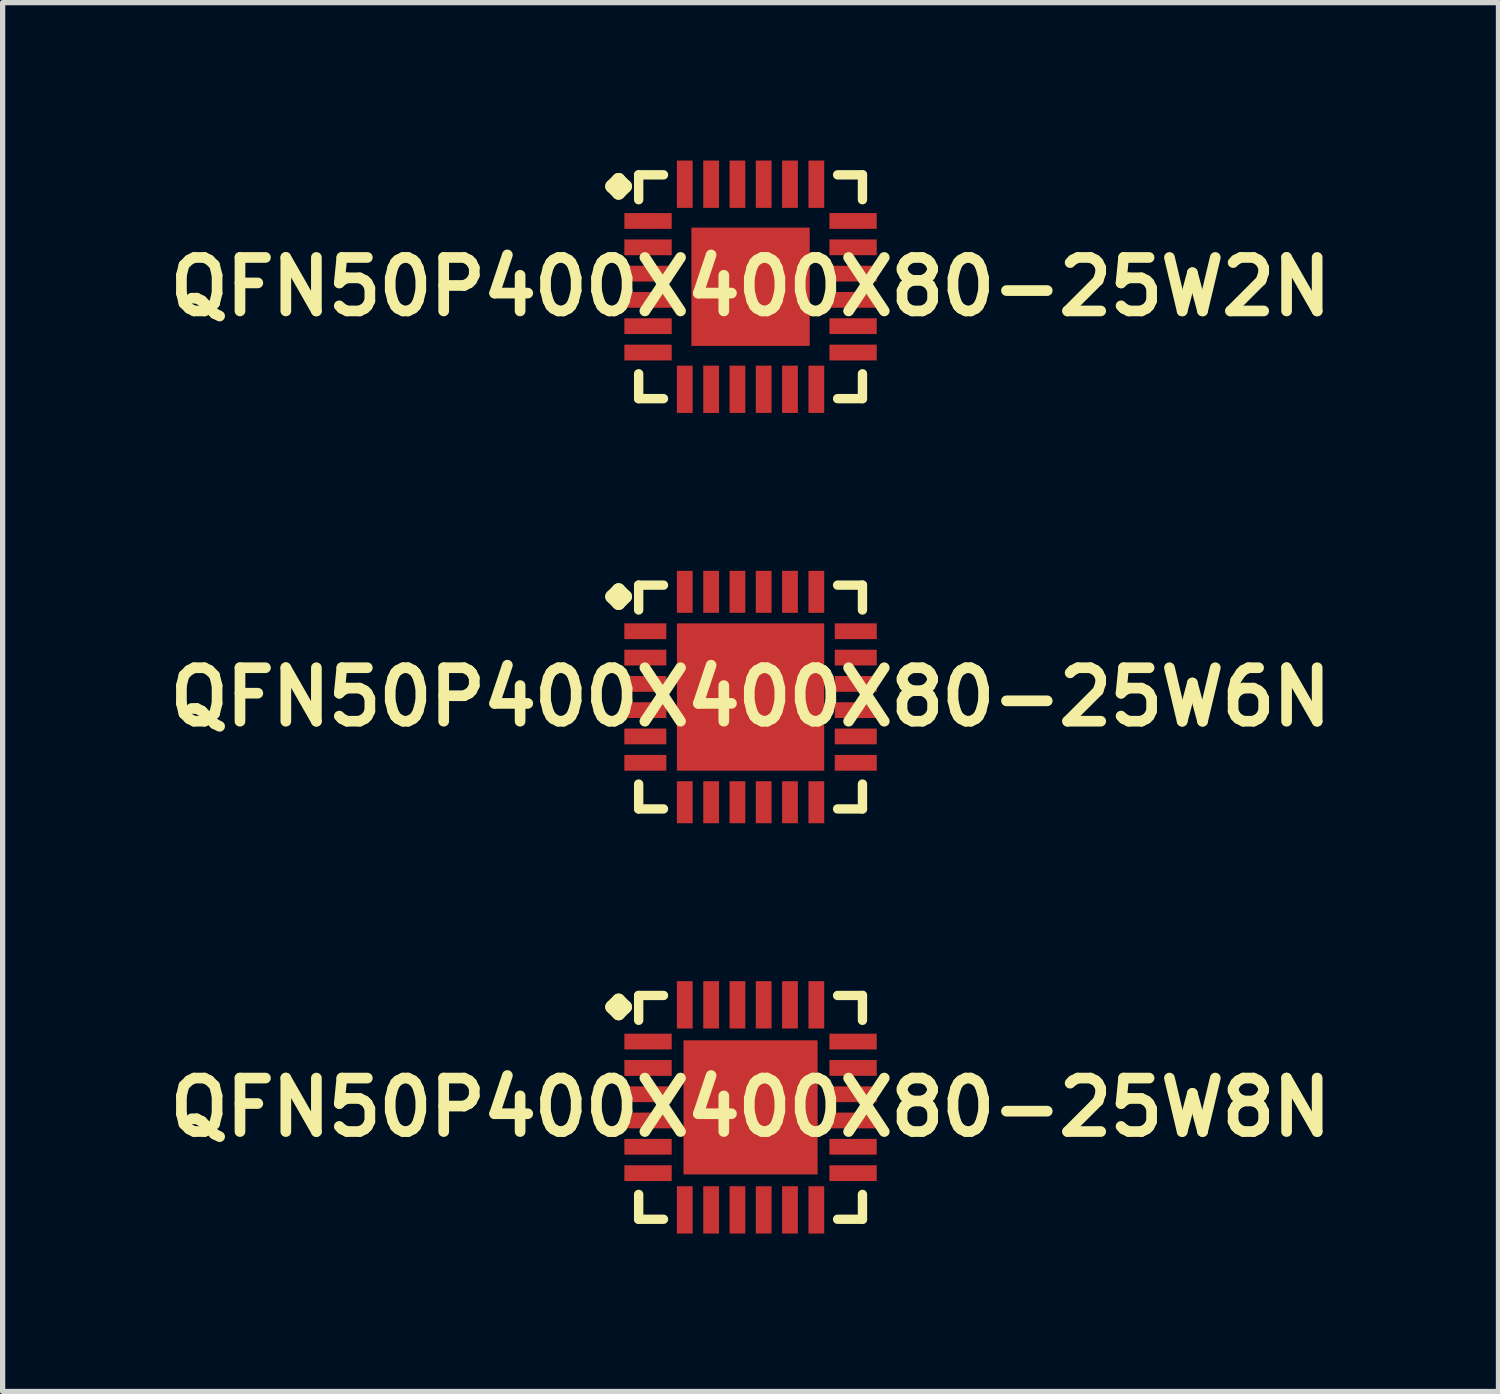
<source format=kicad_pcb>
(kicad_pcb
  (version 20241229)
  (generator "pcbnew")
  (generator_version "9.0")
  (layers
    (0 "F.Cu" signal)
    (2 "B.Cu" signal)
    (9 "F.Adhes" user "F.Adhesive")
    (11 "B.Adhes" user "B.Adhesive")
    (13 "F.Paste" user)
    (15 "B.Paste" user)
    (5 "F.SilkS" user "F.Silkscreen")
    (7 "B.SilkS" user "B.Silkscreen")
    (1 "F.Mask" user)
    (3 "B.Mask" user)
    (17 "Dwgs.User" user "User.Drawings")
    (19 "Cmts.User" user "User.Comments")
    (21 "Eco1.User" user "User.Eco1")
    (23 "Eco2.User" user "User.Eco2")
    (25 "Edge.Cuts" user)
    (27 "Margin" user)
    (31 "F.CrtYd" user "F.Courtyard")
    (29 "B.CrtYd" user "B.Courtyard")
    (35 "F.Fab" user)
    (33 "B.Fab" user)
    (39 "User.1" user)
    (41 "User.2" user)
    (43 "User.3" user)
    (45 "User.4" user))
  (footprint "QFN50P400X400X80-25W2N"
    (layer "F.Cu")
    (at 11.21 2.398)
    (property "Reference" "QFN50P400X400X80-25W2N" (at 0 0 0) (layer "F.SilkS") (effects (font (size 1.016 1.016) (thickness 0.203))))
    (attr smd)
    (fp_line (start -2.634 -1.908) (end -2.507 -2.035) (stroke (width 0.254) (type solid)) (layer "F.SilkS"))
    (fp_line (start -2.507 -2.035) (end -2.38 -1.908) (stroke (width 0.254) (type solid)) (layer "F.SilkS"))
    (fp_line (start -2.507 -1.781) (end -2.634 -1.908) (stroke (width 0.254) (type solid)) (layer "F.SilkS"))
    (fp_line (start -2.38 -1.908) (end -2.507 -1.781) (stroke (width 0.254) (type solid)) (layer "F.SilkS"))
    (fp_line (start -2.126 -2.126) (end -1.654 -2.126) (stroke (width 0.178) (type solid)) (layer "F.SilkS"))
    (fp_line (start -2.126 -1.654) (end -2.126 -2.126) (stroke (width 0.178) (type solid)) (layer "F.SilkS"))
    (fp_line (start -2.126 1.654) (end -2.126 2.126) (stroke (width 0.178) (type solid)) (layer "F.SilkS"))
    (fp_line (start -2.126 2.126) (end -1.654 2.126) (stroke (width 0.178) (type solid)) (layer "F.SilkS"))
    (fp_line (start 1.654 -2.126) (end 2.126 -2.126) (stroke (width 0.178) (type solid)) (layer "F.SilkS"))
    (fp_line (start 1.654 2.126) (end 2.126 2.126) (stroke (width 0.178) (type solid)) (layer "F.SilkS"))
    (fp_line (start 2.126 -2.126) (end 2.126 -1.654) (stroke (width 0.178) (type solid)) (layer "F.SilkS"))
    (fp_line (start 2.126 2.126) (end 2.126 1.654) (stroke (width 0.178) (type solid)) (layer "F.SilkS"))
    (pad "1" smd rect (at -1.948 -1.25) (size 0.899 0.3) (layers "F.Cu" "F.Mask" "F.Paste"))
    (pad "2" smd rect (at -1.948 -0.749) (size 0.899 0.3) (layers "F.Cu" "F.Mask" "F.Paste"))
    (pad "3" smd rect (at -1.948 -0.249) (size 0.899 0.3) (layers "F.Cu" "F.Mask" "F.Paste"))
    (pad "4" smd rect (at -1.948 0.249) (size 0.899 0.3) (layers "F.Cu" "F.Mask" "F.Paste"))
    (pad "5" smd rect (at -1.948 0.749) (size 0.899 0.3) (layers "F.Cu" "F.Mask" "F.Paste"))
    (pad "6" smd rect (at -1.948 1.25) (size 0.899 0.3) (layers "F.Cu" "F.Mask" "F.Paste"))
    (pad "7" smd rect (at -1.25 1.948) (size 0.3 0.899) (layers "F.Cu" "F.Mask" "F.Paste"))
    (pad "8" smd rect (at -0.749 1.948) (size 0.3 0.899) (layers "F.Cu" "F.Mask" "F.Paste"))
    (pad "9" smd rect (at -0.249 1.948) (size 0.3 0.899) (layers "F.Cu" "F.Mask" "F.Paste"))
    (pad "10" smd rect (at 0.249 1.948) (size 0.3 0.899) (layers "F.Cu" "F.Mask" "F.Paste"))
    (pad "11" smd rect (at 0.749 1.948) (size 0.3 0.899) (layers "F.Cu" "F.Mask" "F.Paste"))
    (pad "12" smd rect (at 1.25 1.948) (size 0.3 0.899) (layers "F.Cu" "F.Mask" "F.Paste"))
    (pad "13" smd rect (at 1.948 1.25) (size 0.899 0.3) (layers "F.Cu" "F.Mask" "F.Paste"))
    (pad "14" smd rect (at 1.948 0.749) (size 0.899 0.3) (layers "F.Cu" "F.Mask" "F.Paste"))
    (pad "15" smd rect (at 1.948 0.249) (size 0.899 0.3) (layers "F.Cu" "F.Mask" "F.Paste"))
    (pad "16" smd rect (at 1.948 -0.249) (size 0.899 0.3) (layers "F.Cu" "F.Mask" "F.Paste"))
    (pad "17" smd rect (at 1.948 -0.749) (size 0.899 0.3) (layers "F.Cu" "F.Mask" "F.Paste"))
    (pad "18" smd rect (at 1.948 -1.25) (size 0.899 0.3) (layers "F.Cu" "F.Mask" "F.Paste"))
    (pad "19" smd rect (at 1.25 -1.948) (size 0.3 0.899) (layers "F.Cu" "F.Mask" "F.Paste"))
    (pad "20" smd rect (at 0.749 -1.948) (size 0.3 0.899) (layers "F.Cu" "F.Mask" "F.Paste"))
    (pad "21" smd rect (at 0.249 -1.948) (size 0.3 0.899) (layers "F.Cu" "F.Mask" "F.Paste"))
    (pad "22" smd rect (at -0.249 -1.948) (size 0.3 0.899) (layers "F.Cu" "F.Mask" "F.Paste"))
    (pad "23" smd rect (at -0.749 -1.948) (size 0.3 0.899) (layers "F.Cu" "F.Mask" "F.Paste"))
    (pad "24" smd rect (at -1.25 -1.948) (size 0.3 0.899) (layers "F.Cu" "F.Mask" "F.Paste"))
    (pad "25" smd rect (at 0 0) (size 2.248 2.248) (layers "F.Cu" "F.Mask" "F.Paste")))
  (footprint "QFN50P400X400X80-25W6N"
    (layer "F.Cu")
    (at 11.21 10.193)
    (property "Reference" "QFN50P400X400X80-25W6N" (at 0 0 0) (layer "F.SilkS") (effects (font (size 1.016 1.016) (thickness 0.203))))
    (attr smd)
    (fp_line (start -2.634 -1.908) (end -2.507 -2.035) (stroke (width 0.254) (type solid)) (layer "F.SilkS"))
    (fp_line (start -2.507 -2.035) (end -2.38 -1.908) (stroke (width 0.254) (type solid)) (layer "F.SilkS"))
    (fp_line (start -2.507 -1.781) (end -2.634 -1.908) (stroke (width 0.254) (type solid)) (layer "F.SilkS"))
    (fp_line (start -2.38 -1.908) (end -2.507 -1.781) (stroke (width 0.254) (type solid)) (layer "F.SilkS"))
    (fp_line (start -2.126 -2.126) (end -1.654 -2.126) (stroke (width 0.178) (type solid)) (layer "F.SilkS"))
    (fp_line (start -2.126 -1.654) (end -2.126 -2.126) (stroke (width 0.178) (type solid)) (layer "F.SilkS"))
    (fp_line (start -2.126 1.654) (end -2.126 2.126) (stroke (width 0.178) (type solid)) (layer "F.SilkS"))
    (fp_line (start -2.126 2.126) (end -1.654 2.126) (stroke (width 0.178) (type solid)) (layer "F.SilkS"))
    (fp_line (start 1.654 -2.126) (end 2.126 -2.126) (stroke (width 0.178) (type solid)) (layer "F.SilkS"))
    (fp_line (start 1.654 2.126) (end 2.126 2.126) (stroke (width 0.178) (type solid)) (layer "F.SilkS"))
    (fp_line (start 2.126 -2.126) (end 2.126 -1.654) (stroke (width 0.178) (type solid)) (layer "F.SilkS"))
    (fp_line (start 2.126 2.126) (end 2.126 1.654) (stroke (width 0.178) (type solid)) (layer "F.SilkS"))
    (pad "1" smd rect (at -1.999 -1.25) (size 0.798 0.3) (layers "F.Cu" "F.Mask" "F.Paste"))
    (pad "2" smd rect (at -1.999 -0.749) (size 0.798 0.3) (layers "F.Cu" "F.Mask" "F.Paste"))
    (pad "3" smd rect (at -1.999 -0.249) (size 0.798 0.3) (layers "F.Cu" "F.Mask" "F.Paste"))
    (pad "4" smd rect (at -1.999 0.249) (size 0.798 0.3) (layers "F.Cu" "F.Mask" "F.Paste"))
    (pad "5" smd rect (at -1.999 0.749) (size 0.798 0.3) (layers "F.Cu" "F.Mask" "F.Paste"))
    (pad "6" smd rect (at -1.999 1.25) (size 0.798 0.3) (layers "F.Cu" "F.Mask" "F.Paste"))
    (pad "7" smd rect (at -1.25 1.999) (size 0.3 0.798) (layers "F.Cu" "F.Mask" "F.Paste"))
    (pad "8" smd rect (at -0.749 1.999) (size 0.3 0.798) (layers "F.Cu" "F.Mask" "F.Paste"))
    (pad "9" smd rect (at -0.249 1.999) (size 0.3 0.798) (layers "F.Cu" "F.Mask" "F.Paste"))
    (pad "10" smd rect (at 0.249 1.999) (size 0.3 0.798) (layers "F.Cu" "F.Mask" "F.Paste"))
    (pad "11" smd rect (at 0.749 1.999) (size 0.3 0.798) (layers "F.Cu" "F.Mask" "F.Paste"))
    (pad "12" smd rect (at 1.25 1.999) (size 0.3 0.798) (layers "F.Cu" "F.Mask" "F.Paste"))
    (pad "13" smd rect (at 1.999 1.25) (size 0.798 0.3) (layers "F.Cu" "F.Mask" "F.Paste"))
    (pad "14" smd rect (at 1.999 0.749) (size 0.798 0.3) (layers "F.Cu" "F.Mask" "F.Paste"))
    (pad "15" smd rect (at 1.999 0.249) (size 0.798 0.3) (layers "F.Cu" "F.Mask" "F.Paste"))
    (pad "16" smd rect (at 1.999 -0.249) (size 0.798 0.3) (layers "F.Cu" "F.Mask" "F.Paste"))
    (pad "17" smd rect (at 1.999 -0.749) (size 0.798 0.3) (layers "F.Cu" "F.Mask" "F.Paste"))
    (pad "18" smd rect (at 1.999 -1.25) (size 0.798 0.3) (layers "F.Cu" "F.Mask" "F.Paste"))
    (pad "19" smd rect (at 1.25 -1.999) (size 0.3 0.798) (layers "F.Cu" "F.Mask" "F.Paste"))
    (pad "20" smd rect (at 0.749 -1.999) (size 0.3 0.798) (layers "F.Cu" "F.Mask" "F.Paste"))
    (pad "21" smd rect (at 0.249 -1.999) (size 0.3 0.798) (layers "F.Cu" "F.Mask" "F.Paste"))
    (pad "22" smd rect (at -0.249 -1.999) (size 0.3 0.798) (layers "F.Cu" "F.Mask" "F.Paste"))
    (pad "23" smd rect (at -0.749 -1.999) (size 0.3 0.798) (layers "F.Cu" "F.Mask" "F.Paste"))
    (pad "24" smd rect (at -1.25 -1.999) (size 0.3 0.798) (layers "F.Cu" "F.Mask" "F.Paste"))
    (pad "25" smd rect (at 0 0) (size 2.799 2.799) (layers "F.Cu" "F.Mask" "F.Paste")))
  (footprint "QFN50P400X400X80-25W8N"
    (layer "F.Cu")
    (at 11.21 17.989)
    (property "Reference" "QFN50P400X400X80-25W8N" (at 0 0 0) (layer "F.SilkS") (effects (font (size 1.016 1.016) (thickness 0.203))))
    (attr smd)
    (fp_line (start -2.634 -1.908) (end -2.507 -2.035) (stroke (width 0.254) (type solid)) (layer "F.SilkS"))
    (fp_line (start -2.507 -2.035) (end -2.38 -1.908) (stroke (width 0.254) (type solid)) (layer "F.SilkS"))
    (fp_line (start -2.507 -1.781) (end -2.634 -1.908) (stroke (width 0.254) (type solid)) (layer "F.SilkS"))
    (fp_line (start -2.38 -1.908) (end -2.507 -1.781) (stroke (width 0.254) (type solid)) (layer "F.SilkS"))
    (fp_line (start -2.126 -2.126) (end -1.654 -2.126) (stroke (width 0.178) (type solid)) (layer "F.SilkS"))
    (fp_line (start -2.126 -1.654) (end -2.126 -2.126) (stroke (width 0.178) (type solid)) (layer "F.SilkS"))
    (fp_line (start -2.126 1.654) (end -2.126 2.126) (stroke (width 0.178) (type solid)) (layer "F.SilkS"))
    (fp_line (start -2.126 2.126) (end -1.654 2.126) (stroke (width 0.178) (type solid)) (layer "F.SilkS"))
    (fp_line (start 1.654 -2.126) (end 2.126 -2.126) (stroke (width 0.178) (type solid)) (layer "F.SilkS"))
    (fp_line (start 1.654 2.126) (end 2.126 2.126) (stroke (width 0.178) (type solid)) (layer "F.SilkS"))
    (fp_line (start 2.126 -2.126) (end 2.126 -1.654) (stroke (width 0.178) (type solid)) (layer "F.SilkS"))
    (fp_line (start 2.126 2.126) (end 2.126 1.654) (stroke (width 0.178) (type solid)) (layer "F.SilkS"))
    (pad "1" smd rect (at -1.948 -1.25) (size 0.899 0.3) (layers "F.Cu" "F.Mask" "F.Paste"))
    (pad "2" smd rect (at -1.948 -0.749) (size 0.899 0.3) (layers "F.Cu" "F.Mask" "F.Paste"))
    (pad "3" smd rect (at -1.948 -0.249) (size 0.899 0.3) (layers "F.Cu" "F.Mask" "F.Paste"))
    (pad "4" smd rect (at -1.948 0.249) (size 0.899 0.3) (layers "F.Cu" "F.Mask" "F.Paste"))
    (pad "5" smd rect (at -1.948 0.749) (size 0.899 0.3) (layers "F.Cu" "F.Mask" "F.Paste"))
    (pad "6" smd rect (at -1.948 1.25) (size 0.899 0.3) (layers "F.Cu" "F.Mask" "F.Paste"))
    (pad "7" smd rect (at -1.25 1.948) (size 0.3 0.899) (layers "F.Cu" "F.Mask" "F.Paste"))
    (pad "8" smd rect (at -0.749 1.948) (size 0.3 0.899) (layers "F.Cu" "F.Mask" "F.Paste"))
    (pad "9" smd rect (at -0.249 1.948) (size 0.3 0.899) (layers "F.Cu" "F.Mask" "F.Paste"))
    (pad "10" smd rect (at 0.249 1.948) (size 0.3 0.899) (layers "F.Cu" "F.Mask" "F.Paste"))
    (pad "11" smd rect (at 0.749 1.948) (size 0.3 0.899) (layers "F.Cu" "F.Mask" "F.Paste"))
    (pad "12" smd rect (at 1.25 1.948) (size 0.3 0.899) (layers "F.Cu" "F.Mask" "F.Paste"))
    (pad "13" smd rect (at 1.948 1.25) (size 0.899 0.3) (layers "F.Cu" "F.Mask" "F.Paste"))
    (pad "14" smd rect (at 1.948 0.749) (size 0.899 0.3) (layers "F.Cu" "F.Mask" "F.Paste"))
    (pad "15" smd rect (at 1.948 0.249) (size 0.899 0.3) (layers "F.Cu" "F.Mask" "F.Paste"))
    (pad "16" smd rect (at 1.948 -0.249) (size 0.899 0.3) (layers "F.Cu" "F.Mask" "F.Paste"))
    (pad "17" smd rect (at 1.948 -0.749) (size 0.899 0.3) (layers "F.Cu" "F.Mask" "F.Paste"))
    (pad "18" smd rect (at 1.948 -1.25) (size 0.899 0.3) (layers "F.Cu" "F.Mask" "F.Paste"))
    (pad "19" smd rect (at 1.25 -1.948) (size 0.3 0.899) (layers "F.Cu" "F.Mask" "F.Paste"))
    (pad "20" smd rect (at 0.749 -1.948) (size 0.3 0.899) (layers "F.Cu" "F.Mask" "F.Paste"))
    (pad "21" smd rect (at 0.249 -1.948) (size 0.3 0.899) (layers "F.Cu" "F.Mask" "F.Paste"))
    (pad "22" smd rect (at -0.249 -1.948) (size 0.3 0.899) (layers "F.Cu" "F.Mask" "F.Paste"))
    (pad "23" smd rect (at -0.749 -1.948) (size 0.3 0.899) (layers "F.Cu" "F.Mask" "F.Paste"))
    (pad "24" smd rect (at -1.25 -1.948) (size 0.3 0.899) (layers "F.Cu" "F.Mask" "F.Paste"))
    (pad "25" smd rect (at 0 0) (size 2.548 2.548) (layers "F.Cu" "F.Mask" "F.Paste")))
  (gr_rect
    (start -3 -3)
    (end 25.42 23.387)
    (stroke (width 0.1) (type default))
    (fill no)
    (layer "Edge.Cuts")))
</source>
